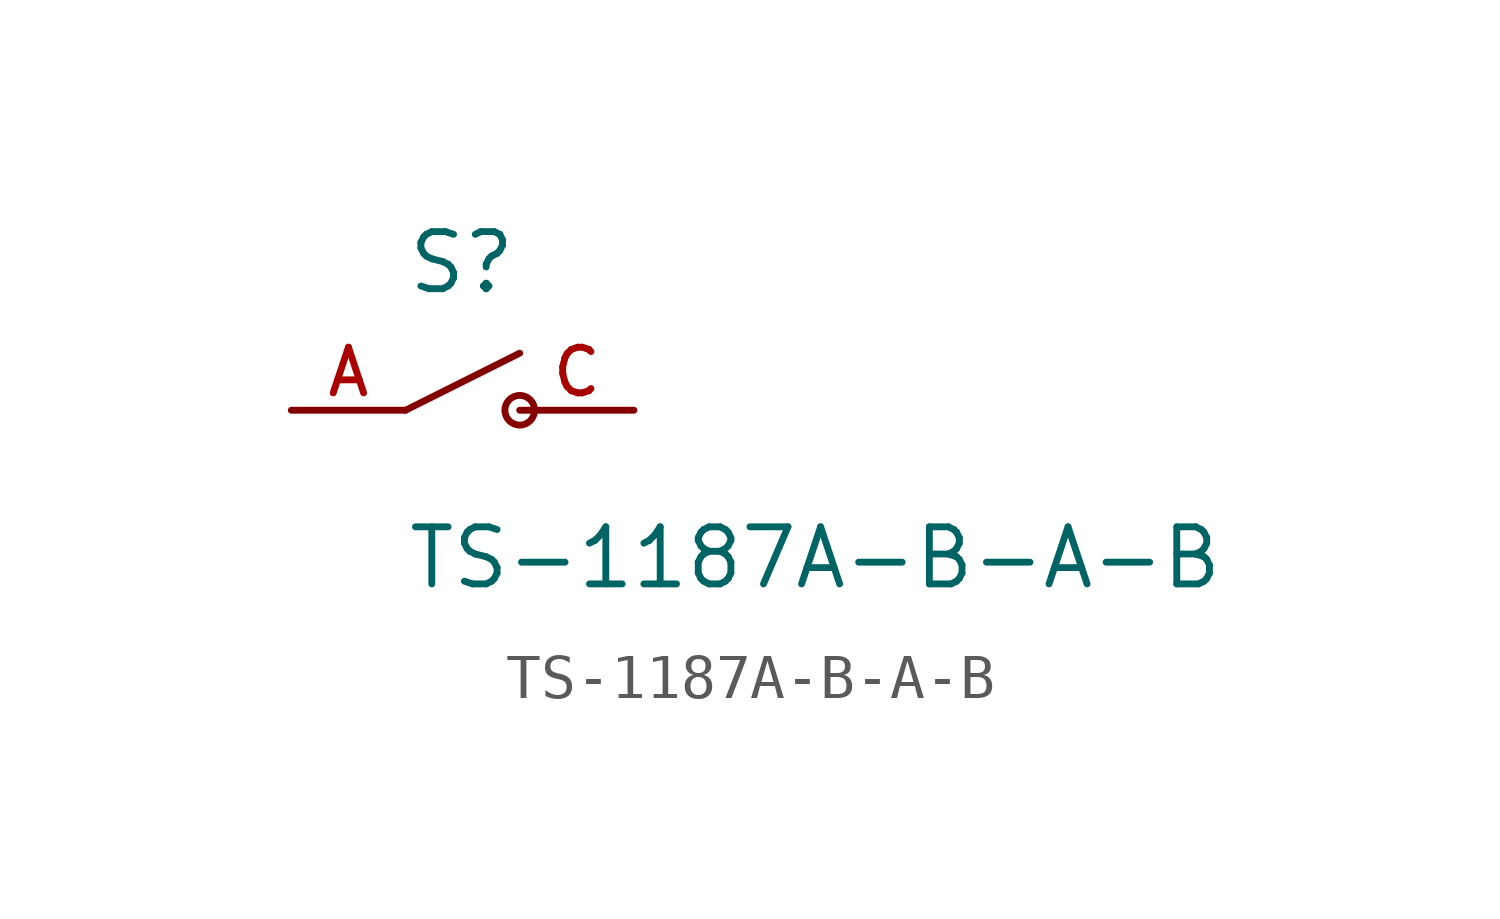
<source format=kicad_sym>
(kicad_symbol_lib
  (version 20220914)
  (generator kicad_symbol_editor)
  (symbol "TS-1187A-B-A-B"
    (pin_names
      (offset 1.016))
    (property "Reference" "S"
      (at -2.54 2.54 0)
      (effects (font (size 1.27 1.27)) (justify left bottom)))
    (property "Value" "TS-1187A-B-A-B"
      (at -2.54 -2.54 0)
      (effects (font (size 1.27 1.27)) (justify left top)))
    (symbol "TS-1187A-B-A-B_0_0"
      (polyline (pts (xy -2.54 0) (xy 0 1.27)) (stroke (width 0.152) (type default)) (fill (type none)))
      (circle (center 0 0) (radius 0.33) (stroke (width 0.152) (type default)) (fill (type none)))
      (pin passive line (at -5.08 0 0) (length 2.54) (name "~" (effects (font (size 1.016 1.016)))) (number "A" (effects (font (size 1.016 1.016)))))
      (pin passive line (at 2.54 0 180) (length 2.54) (name "~" (effects (font (size 1.016 1.016)))) (number "C" (effects (font (size 1.016 1.016))))))))
</source>
